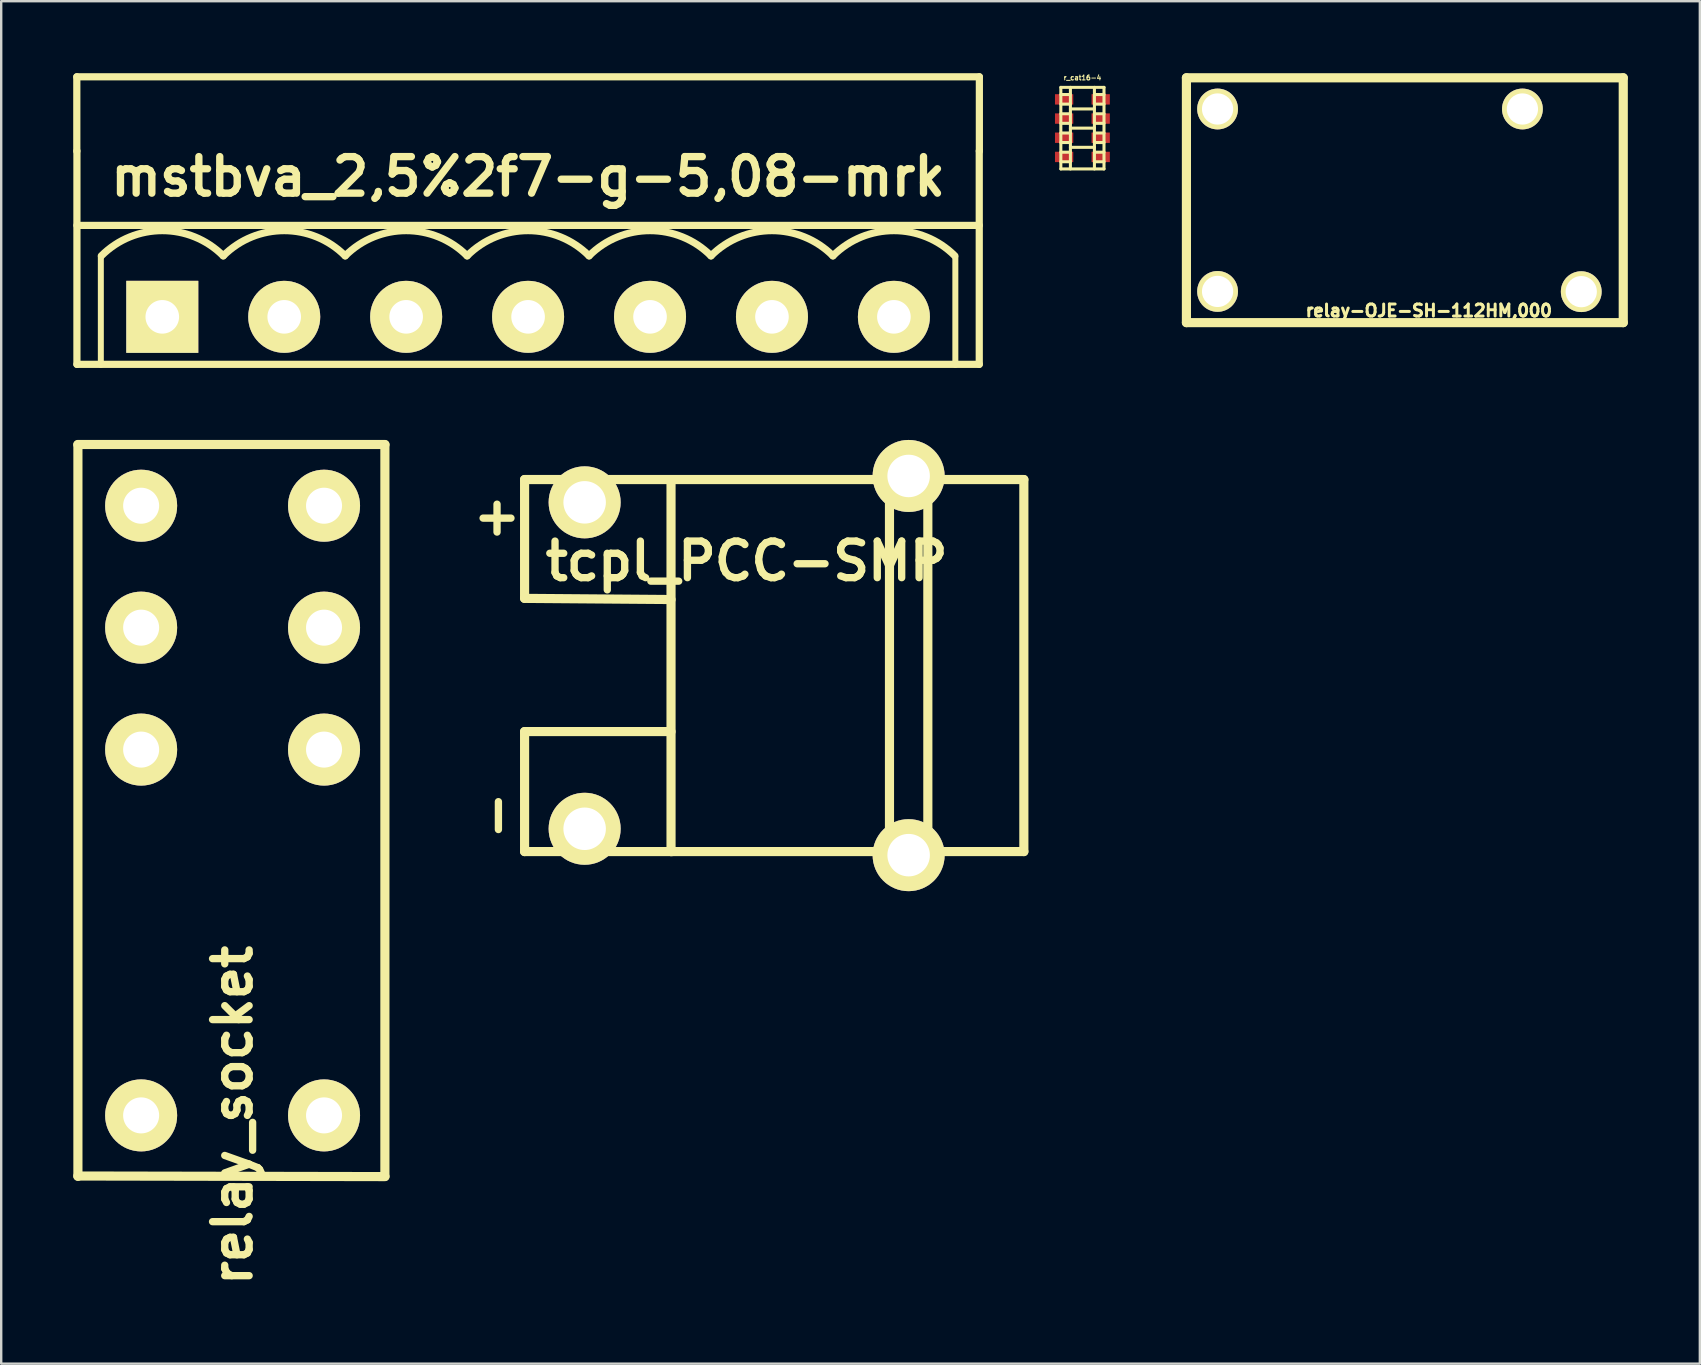
<source format=kicad_pcb>
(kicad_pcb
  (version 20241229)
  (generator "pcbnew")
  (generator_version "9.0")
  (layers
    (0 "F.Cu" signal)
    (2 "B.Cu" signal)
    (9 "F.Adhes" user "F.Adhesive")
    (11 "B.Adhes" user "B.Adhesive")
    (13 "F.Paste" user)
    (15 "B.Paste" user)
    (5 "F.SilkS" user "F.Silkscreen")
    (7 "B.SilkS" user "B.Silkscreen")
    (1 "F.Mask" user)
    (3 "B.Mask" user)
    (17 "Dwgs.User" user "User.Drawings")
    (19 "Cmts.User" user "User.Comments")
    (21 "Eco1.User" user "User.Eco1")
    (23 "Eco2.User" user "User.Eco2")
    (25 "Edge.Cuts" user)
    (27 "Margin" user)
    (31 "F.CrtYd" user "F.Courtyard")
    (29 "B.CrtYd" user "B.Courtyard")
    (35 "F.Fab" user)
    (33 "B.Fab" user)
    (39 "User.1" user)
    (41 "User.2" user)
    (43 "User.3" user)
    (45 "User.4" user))
  (footprint "r_cat16-4"
    (layer "F.Cu")
    (at 42.045 2.289)
    (property "Reference" "r_cat16-4" (at 0 -2.101 0) (layer "F.SilkS") (effects (font (size 0.201 0.201) (thickness 0.041))))
    (attr through_hole)
    (fp_line (start -0.899 -1.699) (end -0.899 1.699) (stroke (width 0.127) (type solid)) (layer "F.SilkS"))
    (fp_line (start -0.899 -1.699) (end 0.899 -1.699) (stroke (width 0.127) (type solid)) (layer "F.SilkS"))
    (fp_line (start -0.899 -1.4) (end -0.5 -1.4) (stroke (width 0.127) (type solid)) (layer "F.SilkS"))
    (fp_line (start -0.899 -1.001) (end -0.5 -1.001) (stroke (width 0.127) (type solid)) (layer "F.SilkS"))
    (fp_line (start -0.899 -0.201) (end -0.5 -0.201) (stroke (width 0.127) (type solid)) (layer "F.SilkS"))
    (fp_line (start -0.899 0.599) (end -0.5 0.599) (stroke (width 0.127) (type solid)) (layer "F.SilkS"))
    (fp_line (start -0.899 1.001) (end -0.5 1.001) (stroke (width 0.127) (type solid)) (layer "F.SilkS"))
    (fp_line (start -0.899 1.4) (end -0.5 1.4) (stroke (width 0.127) (type solid)) (layer "F.SilkS"))
    (fp_line (start -0.899 1.699) (end 0.899 1.699) (stroke (width 0.127) (type solid)) (layer "F.SilkS"))
    (fp_line (start -0.5 -0.8) (end 0.5 -0.8) (stroke (width 0.127) (type solid)) (layer "F.SilkS"))
    (fp_line (start -0.5 -0.599) (end -0.899 -0.599) (stroke (width 0.127) (type solid)) (layer "F.SilkS"))
    (fp_line (start -0.5 0) (end 0.5 0) (stroke (width 0.127) (type solid)) (layer "F.SilkS"))
    (fp_line (start -0.5 0.201) (end -0.899 0.201) (stroke (width 0.127) (type solid)) (layer "F.SilkS"))
    (fp_line (start -0.5 0.8) (end 0.5 0.8) (stroke (width 0.127) (type solid)) (layer "F.SilkS"))
    (fp_line (start -0.5 1.699) (end -0.5 -1.699) (stroke (width 0.127) (type solid)) (layer "F.SilkS"))
    (fp_line (start 0.5 -1.699) (end 0.5 1.699) (stroke (width 0.127) (type solid)) (layer "F.SilkS"))
    (fp_line (start 0.5 -1.4) (end 0.899 -1.4) (stroke (width 0.127) (type solid)) (layer "F.SilkS"))
    (fp_line (start 0.5 -1.001) (end 0.899 -1.001) (stroke (width 0.127) (type solid)) (layer "F.SilkS"))
    (fp_line (start 0.5 -0.201) (end 0.899 -0.201) (stroke (width 0.127) (type solid)) (layer "F.SilkS"))
    (fp_line (start 0.5 0.599) (end 0.899 0.599) (stroke (width 0.127) (type solid)) (layer "F.SilkS"))
    (fp_line (start 0.5 1.001) (end 0.899 1.001) (stroke (width 0.127) (type solid)) (layer "F.SilkS"))
    (fp_line (start 0.5 1.4) (end 0.899 1.4) (stroke (width 0.127) (type solid)) (layer "F.SilkS"))
    (fp_line (start 0.899 -0.599) (end 0.5 -0.599) (stroke (width 0.127) (type solid)) (layer "F.SilkS"))
    (fp_line (start 0.899 0.201) (end 0.5 0.201) (stroke (width 0.127) (type solid)) (layer "F.SilkS"))
    (fp_line (start 0.899 1.699) (end 0.899 -1.699) (stroke (width 0.127) (type solid)) (layer "F.SilkS"))
    (pad "1" smd rect (at 0.762 1.199) (size 0.762 0.432) (layers "F.Cu" "F.Mask" "F.Paste"))
    (pad "2" smd rect (at 0.762 0.399) (size 0.762 0.432) (layers "F.Cu" "F.Mask" "F.Paste"))
    (pad "3" smd rect (at 0.762 -0.399) (size 0.762 0.432) (layers "F.Cu" "F.Mask" "F.Paste"))
    (pad "4" smd rect (at 0.762 -1.199) (size 0.762 0.432) (layers "F.Cu" "F.Mask" "F.Paste"))
    (pad "5" smd rect (at -0.762 -1.199) (size 0.762 0.432) (layers "F.Cu" "F.Mask" "F.Paste"))
    (pad "6" smd rect (at -0.762 -0.399) (size 0.762 0.432) (layers "F.Cu" "F.Mask" "F.Paste"))
    (pad "7" smd rect (at -0.762 0.399) (size 0.762 0.432) (layers "F.Cu" "F.Mask" "F.Paste"))
    (pad "8" smd rect (at -0.762 1.199) (size 0.762 0.432) (layers "F.Cu" "F.Mask" "F.Paste")))
  (footprint "mstbva_2,5%2f7-g-5,08-mrk"
    (layer "F.Cu")
    (at 18.951 10.15)
    (property "Reference" "mstbva_2,5%2f7-g-5,08-mrk" (at 0 -5.842 0) (layer "F.SilkS") (effects (font (size 1.524 1.524) (thickness 0.305))))
    (attr through_hole)
    (fp_line (start -18.801 -10) (end -18.801 -6.901) (stroke (width 0.3) (type solid)) (layer "F.SilkS"))
    (fp_line (start -18.801 -10) (end 18.801 -10) (stroke (width 0.3) (type solid)) (layer "F.SilkS"))
    (fp_line (start -18.796 -6.911) (end -18.796 1.979) (stroke (width 0.3) (type solid)) (layer "F.SilkS"))
    (fp_line (start -17.8 -2.499) (end -17.8 1.999) (stroke (width 0.249) (type solid)) (layer "F.SilkS"))
    (fp_line (start 17.8 -2.499) (end 17.8 1.999) (stroke (width 0.249) (type solid)) (layer "F.SilkS"))
    (fp_line (start 18.796 -3.81) (end -18.796 -3.81) (stroke (width 0.3) (type solid)) (layer "F.SilkS"))
    (fp_line (start 18.796 1.979) (end -18.796 1.979) (stroke (width 0.3) (type solid)) (layer "F.SilkS"))
    (fp_line (start 18.796 1.979) (end 18.796 -6.911) (stroke (width 0.3) (type solid)) (layer "F.SilkS"))
    (fp_line (start 18.801 -10) (end 18.801 -6.901) (stroke (width 0.3) (type solid)) (layer "F.SilkS"))
    (fp_arc (start -17.78 -2.54) (mid -15.24 -3.592102) (end -12.7 -2.54) (stroke (width 0.29972) (type solid)) (layer "F.SilkS"))
    (fp_arc (start -12.7 -2.54) (mid -10.16 -3.592102) (end -7.62 -2.54) (stroke (width 0.29972) (type solid)) (layer "F.SilkS"))
    (fp_arc (start -7.62 -2.54) (mid -5.08 -3.592102) (end -2.54 -2.54) (stroke (width 0.29972) (type solid)) (layer "F.SilkS"))
    (fp_arc (start -2.54 -2.54) (mid 0 -3.592102) (end 2.54 -2.54) (stroke (width 0.29972) (type solid)) (layer "F.SilkS"))
    (fp_arc (start 2.54 -2.54) (mid 5.08 -3.592102) (end 7.62 -2.54) (stroke (width 0.29972) (type solid)) (layer "F.SilkS"))
    (fp_arc (start 7.62 -2.54) (mid 10.16 -3.592102) (end 12.7 -2.54) (stroke (width 0.29972) (type solid)) (layer "F.SilkS"))
    (fp_arc (start 12.7 -2.54) (mid 15.24 -3.592102) (end 17.78 -2.54) (stroke (width 0.29972) (type solid)) (layer "F.SilkS"))
    (pad "1" thru_hole rect (at -15.24 0) (size 3 3) (drill 1.4) (layers "*.Cu" "*.Mask" "F.SilkS"))
    (pad "2" thru_hole circle (at -10.16 0) (size 3 3) (drill 1.4) (layers "*.Cu" "*.Mask" "F.SilkS"))
    (pad "3" thru_hole circle (at -5.08 0) (size 3 3) (drill 1.4) (layers "*.Cu" "*.Mask" "F.SilkS"))
    (pad "4" thru_hole circle (at 0 0) (size 3 3) (drill 1.4) (layers "*.Cu" "*.Mask" "F.SilkS"))
    (pad "5" thru_hole circle (at 5.08 0) (size 3 3) (drill 1.4) (layers "*.Cu" "*.Mask" "F.SilkS"))
    (pad "6" thru_hole circle (at 10.16 0) (size 3 3) (drill 1.4) (layers "*.Cu" "*.Mask" "F.SilkS"))
    (pad "7" thru_hole circle (at 15.24 0) (size 3 3) (drill 1.4) (layers "*.Cu" "*.Mask" "F.SilkS")))
  (footprint "relay_socket"
    (layer "F.Cu")
    (at 6.64 43.419)
    (property "Reference" "relay_socket" (at 0 0 90) (layer "F.SilkS") (effects (font (size 1.524 1.524) (thickness 0.305))))
    (attr through_hole)
    (fp_line (start -6.444 -27.94) (end -6.444 2.54) (stroke (width 0.381) (type solid)) (layer "F.SilkS"))
    (fp_line (start 6.345 2.54) (end 6.345 -27.94) (stroke (width 0.381) (type solid)) (layer "F.SilkS"))
    (fp_line (start 6.35 -27.95) (end -6.449 -27.95) (stroke (width 0.381) (type solid)) (layer "F.SilkS"))
    (fp_line (start 6.35 2.55) (end -6.449 2.525) (stroke (width 0.381) (type solid)) (layer "F.SilkS"))
    (pad "1" thru_hole circle (at 3.81 -25.4) (size 3 3) (drill 1.501) (layers "*.Cu" "*.Mask" "F.SilkS"))
    (pad "2" thru_hole circle (at -3.81 -25.4) (size 3 3) (drill 1.501) (layers "*.Cu" "*.Mask" "F.SilkS"))
    (pad "3" thru_hole circle (at 3.81 -15.24) (size 3 3) (drill 1.501) (layers "*.Cu" "*.Mask" "F.SilkS"))
    (pad "4" thru_hole circle (at -3.81 -15.24) (size 3 3) (drill 1.501) (layers "*.Cu" "*.Mask" "F.SilkS"))
    (pad "5" thru_hole circle (at 3.81 -20.32) (size 3 3) (drill 1.501) (layers "*.Cu" "*.Mask" "F.SilkS"))
    (pad "6" thru_hole circle (at -3.81 -20.32) (size 3 3) (drill 1.501) (layers "*.Cu" "*.Mask" "F.SilkS"))
    (pad "8" thru_hole circle (at 3.81 0) (size 3 3) (drill 1.501) (layers "*.Cu" "*.Mask" "F.SilkS"))
    (pad "9" thru_hole circle (at -3.81 0) (size 3 3) (drill 1.501) (layers "*.Cu" "*.Mask" "F.SilkS")))
  (footprint "relay-OJE-SH-112HM,000"
    (layer "F.Cu")
    (at 56.477 5.291)
    (property "Reference" "relay-OJE-SH-112HM,000" (at 0 4.6 0) (layer "F.SilkS") (effects (font (size 0.5 0.5) (thickness 0.124))))
    (attr through_hole)
    (fp_line (start -10.099 -5.1) (end 8.1 -5.1) (stroke (width 0.381) (type solid)) (layer "F.SilkS"))
    (fp_line (start -10.099 5.1) (end -10.099 -5.1) (stroke (width 0.381) (type solid)) (layer "F.SilkS"))
    (fp_line (start -10.099 5.1) (end 8.1 5.1) (stroke (width 0.381) (type solid)) (layer "F.SilkS"))
    (fp_line (start 8.1 -5.1) (end 8.1 5.1) (stroke (width 0.381) (type solid)) (layer "F.SilkS"))
    (pad "1" thru_hole circle (at -8.801 -3.8) (size 1.699 1.699) (drill 1.3) (layers "*.Cu" "*.Mask" "F.SilkS"))
    (pad "2" thru_hole circle (at -8.801 3.8) (size 1.699 1.699) (drill 1.3) (layers "*.Cu" "*.Mask" "F.SilkS"))
    (pad "3" thru_hole circle (at 3.899 -3.8) (size 1.699 1.699) (drill 1.3) (layers "*.Cu" "*.Mask" "F.SilkS"))
    (pad "4" thru_hole circle (at 6.35 3.81) (size 1.699 1.699) (drill 1.3) (layers "*.Cu" "*.Mask" "F.SilkS")))
  (footprint "tcpl_PCC-SMP"
    (layer "F.Cu")
    (at 28.056 24.678)
    (property "Reference" "tcpl_PCC-SMP" (at 0 -4.351 0) (layer "F.SilkS") (effects (font (size 1.524 1.524) (thickness 0.305))))
    (attr through_hole)
    (fp_line (start -9.251 -7.75) (end -3.15 -7.75) (stroke (width 0.381) (type solid)) (layer "F.SilkS"))
    (fp_line (start -9.251 -2.799) (end -9.251 -7.75) (stroke (width 0.381) (type solid)) (layer "F.SilkS"))
    (fp_line (start -9.251 2.751) (end -3.15 2.751) (stroke (width 0.381) (type solid)) (layer "F.SilkS"))
    (fp_line (start -9.251 7.75) (end -9.251 2.751) (stroke (width 0.381) (type solid)) (layer "F.SilkS"))
    (fp_line (start -3.15 -7.75) (end 11.549 -7.75) (stroke (width 0.381) (type solid)) (layer "F.SilkS"))
    (fp_line (start -3.15 -2.751) (end -9.251 -2.799) (stroke (width 0.381) (type solid)) (layer "F.SilkS"))
    (fp_line (start -3.15 7.75) (end -3.15 -7.75) (stroke (width 0.381) (type solid)) (layer "F.SilkS"))
    (fp_line (start -3.099 7.75) (end -9.251 7.75) (stroke (width 0.381) (type solid)) (layer "F.SilkS"))
    (fp_line (start 5.951 7.75) (end 5.951 -7.75) (stroke (width 0.381) (type solid)) (layer "F.SilkS"))
    (fp_line (start 7.549 -7.75) (end 7.549 7.75) (stroke (width 0.381) (type solid)) (layer "F.SilkS"))
    (fp_line (start 11.549 -7.75) (end 11.549 7.75) (stroke (width 0.381) (type solid)) (layer "F.SilkS"))
    (fp_line (start 11.549 7.75) (end -3.15 7.75) (stroke (width 0.381) (type solid)) (layer "F.SilkS"))
    (fp_text user "-" (at -10.45 6.251 90) (layer "F.SilkS") (effects (font (size 1.524 1.524) (thickness 0.305))))
    (fp_text user "+" (at -10.399 -6.251 0) (layer "F.SilkS") (effects (font (size 1.524 1.524) (thickness 0.305))))
    (pad "+" thru_hole circle (at -6.749 -6.8) (size 3 3) (drill 1.77) (layers "*.Cu" "*.Mask" "F.SilkS"))
    (pad "-" thru_hole circle (at -6.749 6.8) (size 3 3) (drill 1.77) (layers "*.Cu" "*.Mask" "F.SilkS"))
    (pad "M" thru_hole circle (at 6.749 -7.899) (size 3 3) (drill 1.77) (layers "*.Cu" "*.Mask" "F.SilkS"))
    (pad "M" thru_hole circle (at 6.749 7.899) (size 3 3) (drill 1.77) (layers "*.Cu" "*.Mask" "F.SilkS")))
  (gr_rect
    (start -3 -3)
    (end 67.768 53.763)
    (stroke (width 0.1) (type default))
    (fill no)
    (layer "Edge.Cuts")))
</source>
